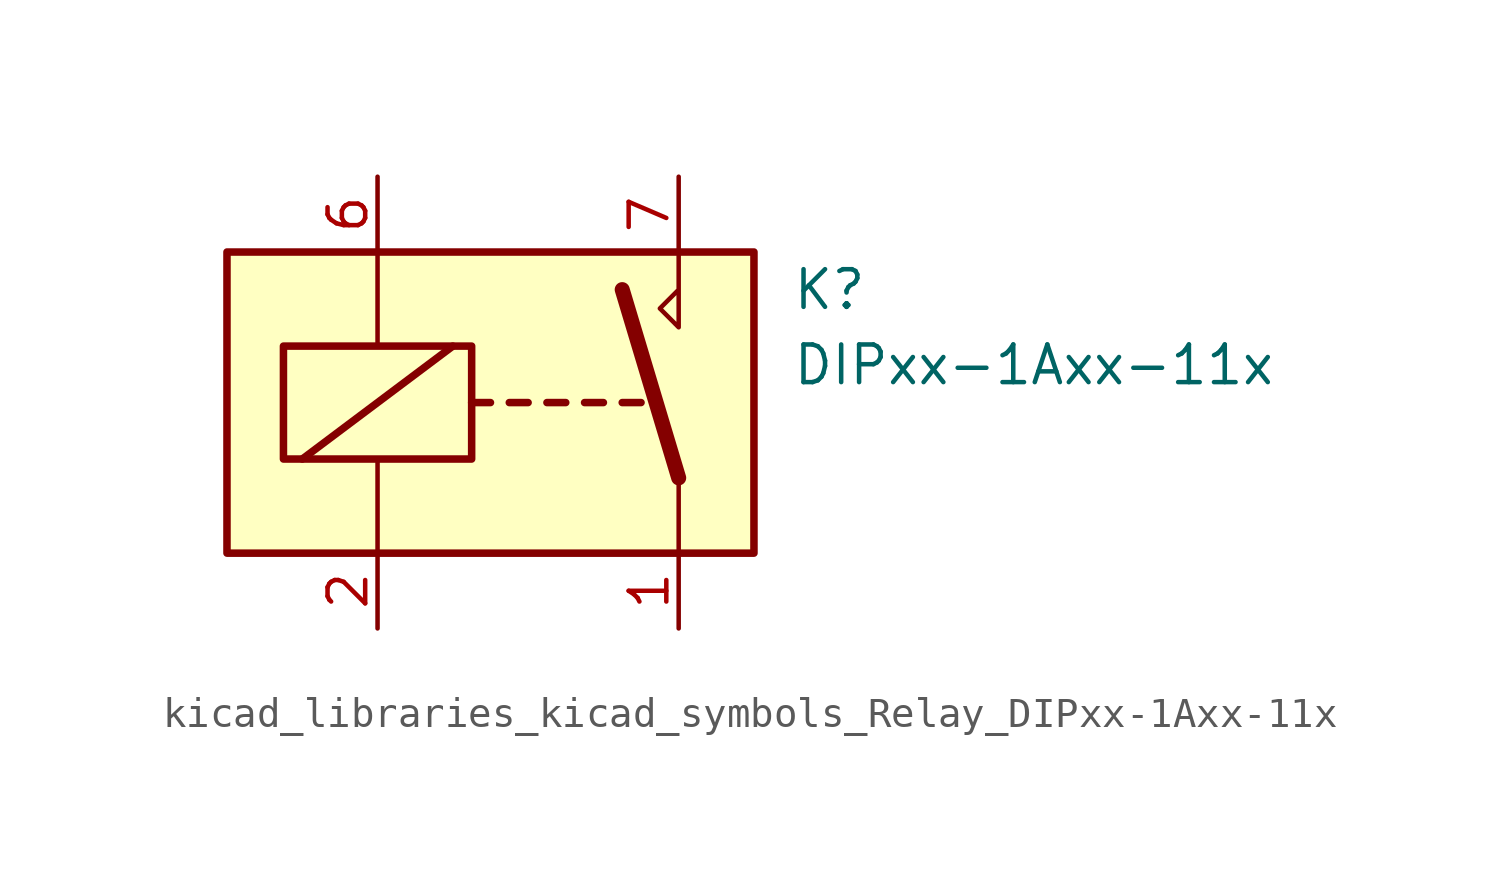
<source format=kicad_sym>
(kicad_symbol_lib
  (version 20220914)
  (generator kicad_symbol_editor)
  (symbol "kicad_libraries_kicad_symbols_Relay_DIPxx-1Axx-11x"
    (property "Reference" "K"
      (at 8.89 3.81 0)
      (effects (font (size 1.27 1.27)) (justify left)))
    (property "Value" "DIPxx-1Axx-11x"
      (at 8.89 1.27 0)
      (effects (font (size 1.27 1.27)) (justify left)))
    (symbol "kicad_libraries_kicad_symbols_Relay_DIPxx-1Axx-11x_0_0"
      (polyline (pts (xy 5.08 5.08) (xy 5.08 2.54) (xy 4.445 3.175) (xy 5.08 3.81)) (stroke (width 0) (type default)) (fill (type none))))
    (symbol "kicad_libraries_kicad_symbols_Relay_DIPxx-1Axx-11x_0_1"
      (rectangle (start -10.16 5.08) (end 7.62 -5.08) (stroke (width 0.254) (type default)) (fill (type background)))
      (rectangle (start -8.255 1.905) (end -1.905 -1.905) (stroke (width 0.254) (type default)) (fill (type none)))
      (polyline (pts (xy -7.62 -1.905) (xy -2.54 1.905)) (stroke (width 0.254) (type default)) (fill (type none)))
      (polyline (pts (xy -5.08 -5.08) (xy -5.08 -1.905)) (stroke (width 0) (type default)) (fill (type none)))
      (polyline (pts (xy -5.08 5.08) (xy -5.08 1.905)) (stroke (width 0) (type default)) (fill (type none)))
      (polyline (pts (xy -1.905 0) (xy -1.27 0)) (stroke (width 0.254) (type default)) (fill (type none)))
      (polyline (pts (xy -0.635 0) (xy 0 0)) (stroke (width 0.254) (type default)) (fill (type none)))
      (polyline (pts (xy 0.635 0) (xy 1.27 0)) (stroke (width 0.254) (type default)) (fill (type none)))
      (polyline (pts (xy 1.905 0) (xy 2.54 0)) (stroke (width 0.254) (type default)) (fill (type none)))
      (polyline (pts (xy 3.175 0) (xy 3.81 0)) (stroke (width 0.254) (type default)) (fill (type none)))
      (polyline (pts (xy 5.08 -2.54) (xy 3.175 3.81)) (stroke (width 0.508) (type default)) (fill (type none)))
      (polyline (pts (xy 5.08 -2.54) (xy 5.08 -5.08)) (stroke (width 0) (type default)) (fill (type none))))
    (symbol "kicad_libraries_kicad_symbols_Relay_DIPxx-1Axx-11x_1_1"
      (pin passive line (at 5.08 -7.62 90) (length 2.54) (name "~" (effects (font (size 1.27 1.27)))) (number "1" (effects (font (size 1.27 1.27)))))
      (pin passive line (at 5.08 -7.62 90) (length 2.54) hide (name "~" (effects (font (size 1.27 1.27)))) (number "14" (effects (font (size 1.27 1.27)))))
      (pin passive line (at -5.08 -7.62 90) (length 2.54) (name "~" (effects (font (size 1.27 1.27)))) (number "2" (effects (font (size 1.27 1.27)))))
      (pin passive line (at -5.08 7.62 270) (length 2.54) (name "~" (effects (font (size 1.27 1.27)))) (number "6" (effects (font (size 1.27 1.27)))))
      (pin passive line (at 5.08 7.62 270) (length 2.54) (name "~" (effects (font (size 1.27 1.27)))) (number "7" (effects (font (size 1.27 1.27)))))
      (pin passive line (at 5.08 7.62 270) (length 2.54) hide (name "~" (effects (font (size 1.27 1.27)))) (number "8" (effects (font (size 1.27 1.27))))))))
</source>
